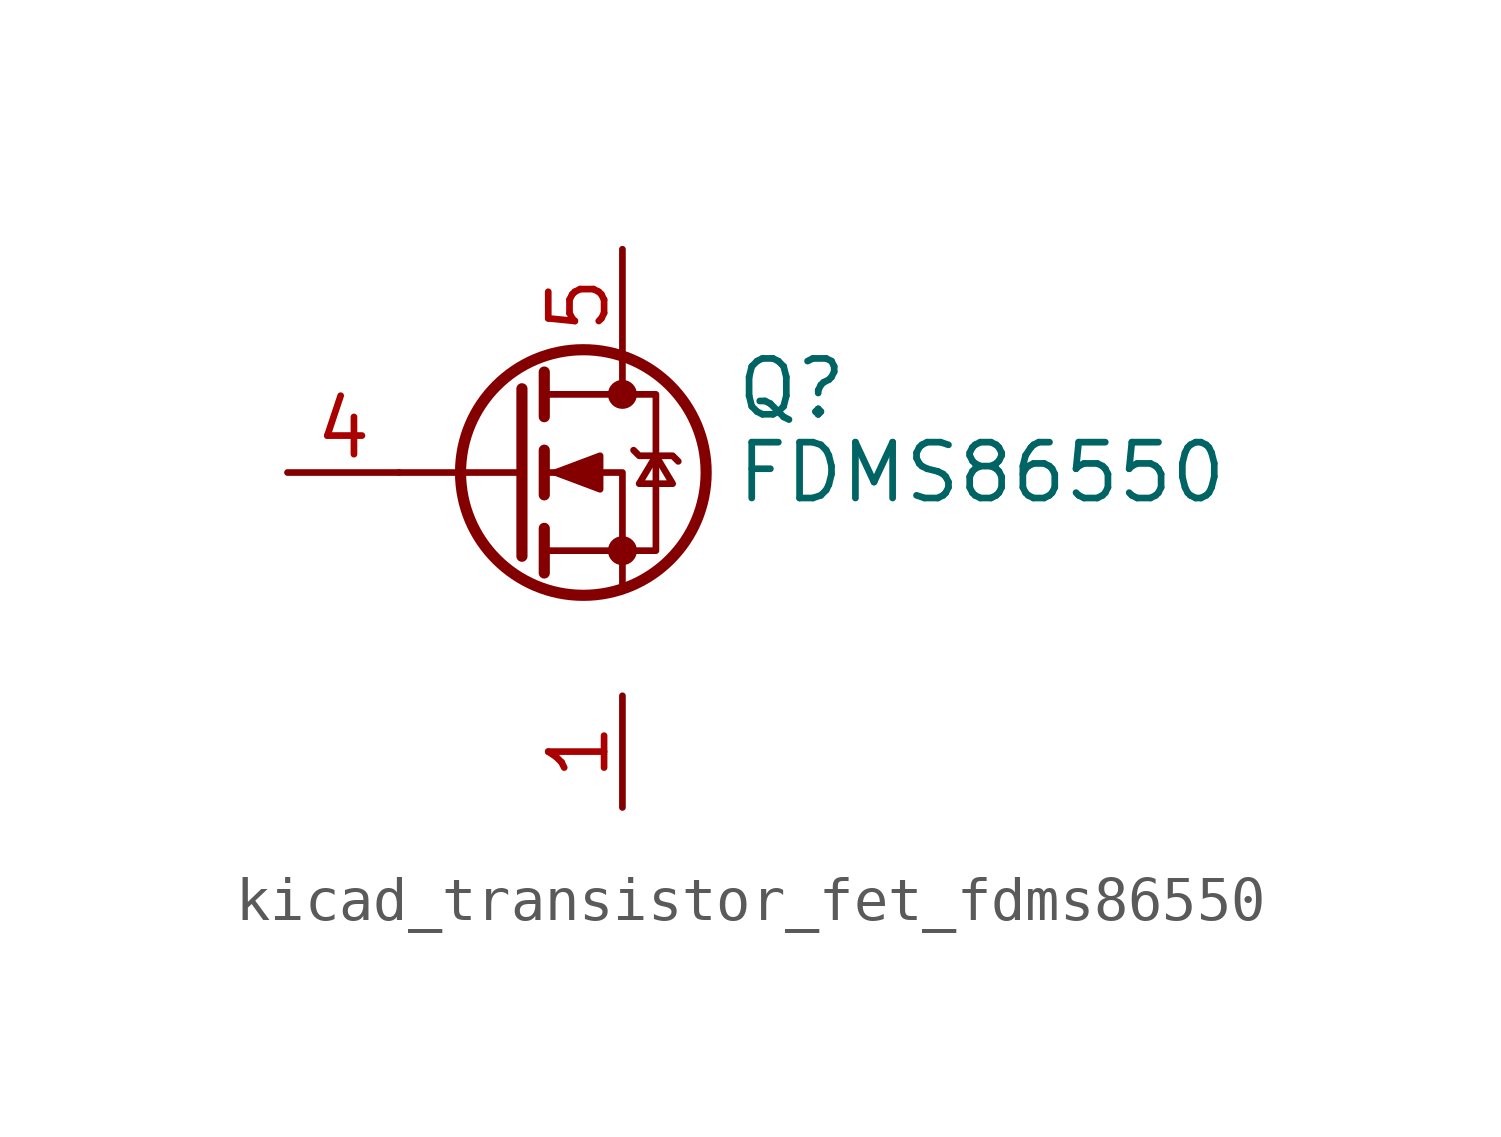
<source format=kicad_sym>
(kicad_symbol_lib
  (version 20220914)
  (generator kicad_symbol_editor)
  (symbol "kicad_transistor_fet_fdms86550"
    (pin_names hide)
    (property "Reference" "Q"
      (at 5.08 1.905 0)
      (effects (font (size 1.27 1.27)) (justify left)))
    (property "Value" "FDMS86550"
      (at 5.08 0 0)
      (effects (font (size 1.27 1.27)) (justify left)))
    (symbol "kicad_transistor_fet_fdms86550_0_1"
      (polyline (pts (xy 0.254 0) (xy -2.54 0)) (stroke (width 0) (type default)) (fill (type none)))
      (polyline (pts (xy 0.254 1.905) (xy 0.254 -1.905)) (stroke (width 0.254) (type default)) (fill (type none)))
      (polyline (pts (xy 0.762 -1.27) (xy 0.762 -2.286)) (stroke (width 0.254) (type default)) (fill (type none)))
      (polyline (pts (xy 0.762 0.508) (xy 0.762 -0.508)) (stroke (width 0.254) (type default)) (fill (type none)))
      (polyline (pts (xy 0.762 2.286) (xy 0.762 1.27)) (stroke (width 0.254) (type default)) (fill (type none)))
      (polyline (pts (xy 2.54 2.54) (xy 2.54 1.778)) (stroke (width 0) (type default)) (fill (type none)))
      (polyline (pts (xy 2.54 -2.54) (xy 2.54 0) (xy 0.762 0)) (stroke (width 0) (type default)) (fill (type none)))
      (polyline (pts (xy 0.762 -1.778) (xy 3.302 -1.778) (xy 3.302 1.778) (xy 0.762 1.778)) (stroke (width 0) (type default)) (fill (type none)))
      (polyline (pts (xy 1.016 0) (xy 2.032 0.381) (xy 2.032 -0.381) (xy 1.016 0)) (stroke (width 0) (type default)) (fill (type outline)))
      (polyline (pts (xy 2.794 0.508) (xy 2.921 0.381) (xy 3.683 0.381) (xy 3.81 0.254)) (stroke (width 0) (type default)) (fill (type none)))
      (polyline (pts (xy 3.302 0.381) (xy 2.921 -0.254) (xy 3.683 -0.254) (xy 3.302 0.381)) (stroke (width 0) (type default)) (fill (type none)))
      (circle (center 1.651 0) (radius 2.794) (stroke (width 0.254) (type default)) (fill (type none)))
      (circle (center 2.54 -1.778) (radius 0.254) (stroke (width 0) (type default)) (fill (type outline)))
      (circle (center 2.54 1.778) (radius 0.254) (stroke (width 0) (type default)) (fill (type outline))))
    (symbol "kicad_transistor_fet_fdms86550_1_1"
      (pin passive line (at 2.54 -5.08 270) (length 2.54) (name "S" (effects (font (size 1.27 1.27)))) (number "1" (effects (font (size 1.27 1.27)))))
      (pin passive line (at 2.54 -5.08 270) (length 2.54) hide (name "S" (effects (font (size 1.27 1.27)))) (number "2" (effects (font (size 1.27 1.27)))))
      (pin passive line (at 2.54 -5.08 90) (length 2.54) hide (name "S" (effects (font (size 1.27 1.27)))) (number "3" (effects (font (size 1.27 1.27)))))
      (pin passive line (at -5.08 0 0) (length 2.54) (name "G" (effects (font (size 1.27 1.27)))) (number "4" (effects (font (size 1.27 1.27)))))
      (pin passive line (at 2.54 5.08 270) (length 2.54) (name "D" (effects (font (size 1.27 1.27)))) (number "5" (effects (font (size 1.27 1.27))))))))
</source>
